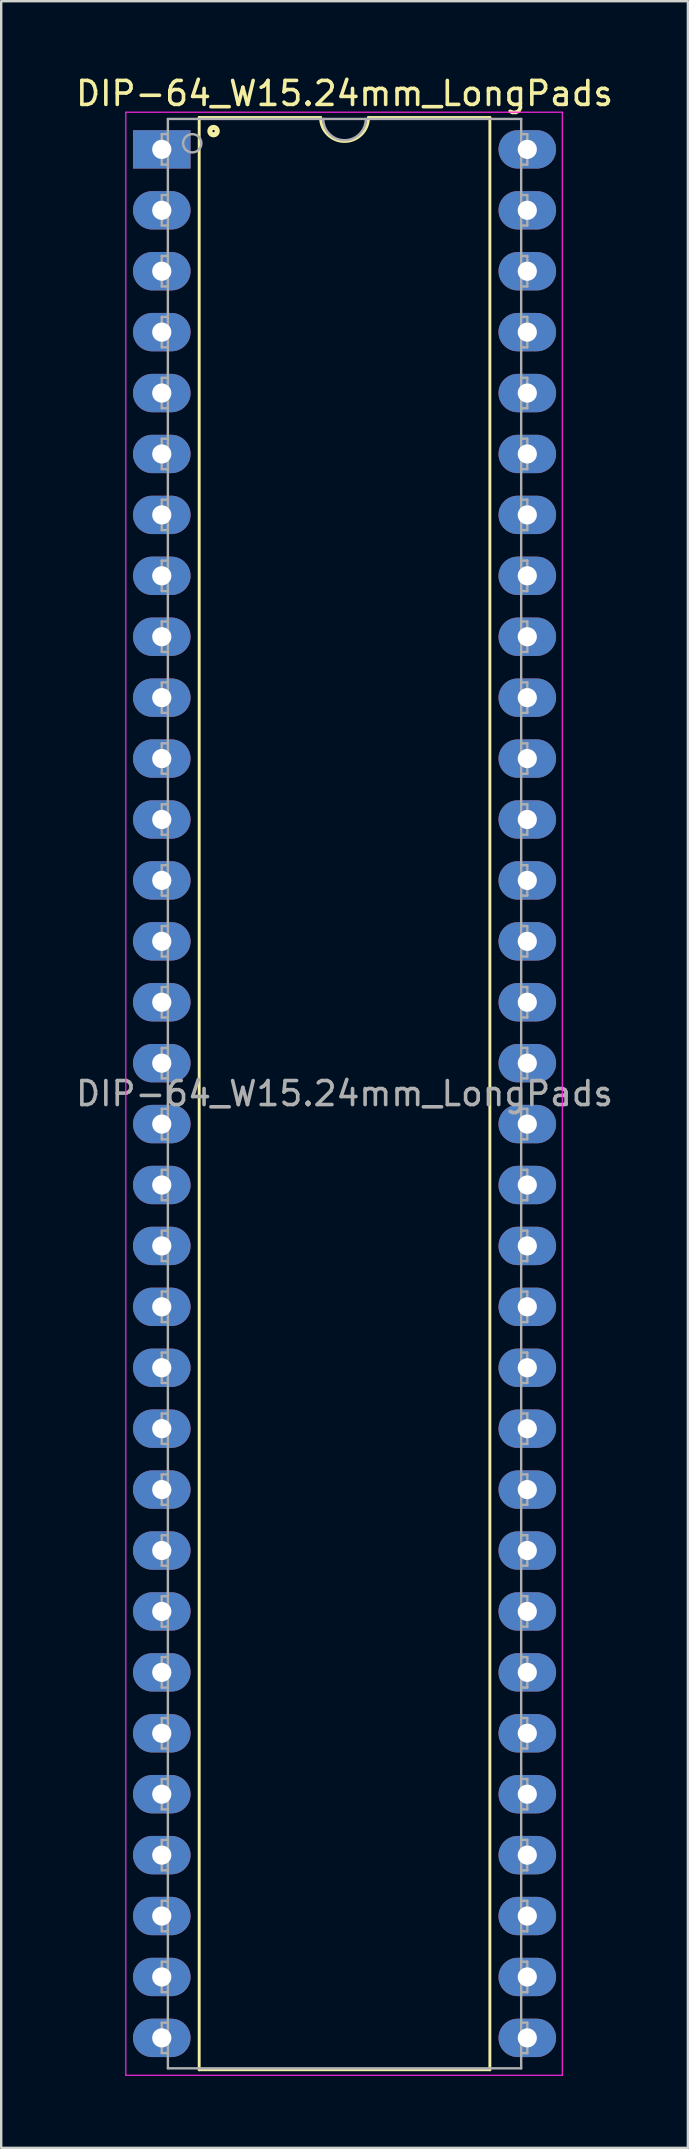
<source format=kicad_pcb>
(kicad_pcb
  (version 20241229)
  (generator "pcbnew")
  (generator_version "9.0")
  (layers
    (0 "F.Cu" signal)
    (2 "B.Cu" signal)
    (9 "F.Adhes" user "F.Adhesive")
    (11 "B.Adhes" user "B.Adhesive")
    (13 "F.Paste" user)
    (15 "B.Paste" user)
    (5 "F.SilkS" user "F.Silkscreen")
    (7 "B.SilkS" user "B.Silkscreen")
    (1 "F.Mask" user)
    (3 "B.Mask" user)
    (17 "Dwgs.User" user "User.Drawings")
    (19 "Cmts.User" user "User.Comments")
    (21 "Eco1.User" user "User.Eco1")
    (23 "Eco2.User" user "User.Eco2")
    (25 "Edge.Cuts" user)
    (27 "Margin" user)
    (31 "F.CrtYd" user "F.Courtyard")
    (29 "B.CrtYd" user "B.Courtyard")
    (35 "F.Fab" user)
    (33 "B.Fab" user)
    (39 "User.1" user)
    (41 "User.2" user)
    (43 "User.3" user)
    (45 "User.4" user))
  (footprint "DIP-64_W15.24mm_LongPads"
    (layer "F.Cu")
    (at 3.695 3.178)
    (property "Reference" "DIP-64_W15.24mm_LongPads" (at 7.62 -2.33 0) (layer "F.SilkS") (effects (font (size 1 1) (thickness 0.15))))
    (attr through_hole)
    (fp_line (start 1.56 -1.33) (end 1.56 80.07) (stroke (width 0.12) (type solid)) (layer "F.SilkS"))
    (fp_line (start 1.56 80.07) (end 13.68 80.07) (stroke (width 0.12) (type solid)) (layer "F.SilkS"))
    (fp_line (start 6.62 -1.33) (end 1.56 -1.33) (stroke (width 0.12) (type solid)) (layer "F.SilkS"))
    (fp_line (start 13.68 -1.33) (end 8.62 -1.33) (stroke (width 0.12) (type solid)) (layer "F.SilkS"))
    (fp_line (start 13.68 80.07) (end 13.68 -1.33) (stroke (width 0.12) (type solid)) (layer "F.SilkS"))
    (fp_arc (start 8.62 -1.33) (mid 7.62 -0.33) (end 6.62 -1.33) (stroke (width 0.12) (type solid)) (layer "F.SilkS"))
    (fp_circle (center 2.159 -0.762) (end 2.209 -0.762) (stroke (width 0.12) (type solid)) (fill no) (layer "F.SilkS"))
    (fp_circle (center 2.159 -0.762) (end 2.284 -0.762) (stroke (width 0.12) (type solid)) (fill no) (layer "F.SilkS"))
    (fp_circle (center 2.159 -0.762) (end 2.359 -0.762) (stroke (width 0.12) (type solid)) (fill no) (layer "F.SilkS"))
    (fp_line (start -1.5 -1.55) (end -1.5 80.3) (stroke (width 0.05) (type solid)) (layer "F.CrtYd"))
    (fp_line (start -1.5 80.3) (end 16.7 80.3) (stroke (width 0.05) (type solid)) (layer "F.CrtYd"))
    (fp_line (start 16.7 -1.55) (end -1.5 -1.55) (stroke (width 0.05) (type solid)) (layer "F.CrtYd"))
    (fp_line (start 16.7 80.3) (end 16.7 -1.55) (stroke (width 0.05) (type solid)) (layer "F.CrtYd"))
    (fp_line (start 0 -0.635) (end 0 0.635) (stroke (width 0.1) (type solid)) (layer "F.Fab"))
    (fp_line (start 0 -0.635) (end 0.254 -0.635) (stroke (width 0.1) (type solid)) (layer "F.Fab"))
    (fp_line (start 0 0.635) (end 0.254 0.635) (stroke (width 0.1) (type solid)) (layer "F.Fab"))
    (fp_line (start 0 1.905) (end 0 3.175) (stroke (width 0.1) (type solid)) (layer "F.Fab"))
    (fp_line (start 0 1.905) (end 0.254 1.905) (stroke (width 0.1) (type solid)) (layer "F.Fab"))
    (fp_line (start 0 3.175) (end 0.254 3.175) (stroke (width 0.1) (type solid)) (layer "F.Fab"))
    (fp_line (start 0 4.445) (end 0 5.715) (stroke (width 0.1) (type solid)) (layer "F.Fab"))
    (fp_line (start 0 4.445) (end 0.254 4.445) (stroke (width 0.1) (type solid)) (layer "F.Fab"))
    (fp_line (start 0 5.715) (end 0.254 5.715) (stroke (width 0.1) (type solid)) (layer "F.Fab"))
    (fp_line (start 0 6.985) (end 0 8.255) (stroke (width 0.1) (type solid)) (layer "F.Fab"))
    (fp_line (start 0 6.985) (end 0.254 6.985) (stroke (width 0.1) (type solid)) (layer "F.Fab"))
    (fp_line (start 0 8.255) (end 0.254 8.255) (stroke (width 0.1) (type solid)) (layer "F.Fab"))
    (fp_line (start 0 9.525) (end 0 10.795) (stroke (width 0.1) (type solid)) (layer "F.Fab"))
    (fp_line (start 0 9.525) (end 0.254 9.525) (stroke (width 0.1) (type solid)) (layer "F.Fab"))
    (fp_line (start 0 10.795) (end 0.254 10.795) (stroke (width 0.1) (type solid)) (layer "F.Fab"))
    (fp_line (start 0 12.065) (end 0 13.335) (stroke (width 0.1) (type solid)) (layer "F.Fab"))
    (fp_line (start 0 12.065) (end 0.254 12.065) (stroke (width 0.1) (type solid)) (layer "F.Fab"))
    (fp_line (start 0 13.335) (end 0.254 13.335) (stroke (width 0.1) (type solid)) (layer "F.Fab"))
    (fp_line (start 0 14.605) (end 0 15.875) (stroke (width 0.1) (type solid)) (layer "F.Fab"))
    (fp_line (start 0 14.605) (end 0.254 14.605) (stroke (width 0.1) (type solid)) (layer "F.Fab"))
    (fp_line (start 0 15.875) (end 0.254 15.875) (stroke (width 0.1) (type solid)) (layer "F.Fab"))
    (fp_line (start 0 17.145) (end 0 18.415) (stroke (width 0.1) (type solid)) (layer "F.Fab"))
    (fp_line (start 0 17.145) (end 0.254 17.145) (stroke (width 0.1) (type solid)) (layer "F.Fab"))
    (fp_line (start 0 18.415) (end 0.254 18.415) (stroke (width 0.1) (type solid)) (layer "F.Fab"))
    (fp_line (start 0 19.685) (end 0 20.955) (stroke (width 0.1) (type solid)) (layer "F.Fab"))
    (fp_line (start 0 19.685) (end 0.254 19.685) (stroke (width 0.1) (type solid)) (layer "F.Fab"))
    (fp_line (start 0 20.955) (end 0.254 20.955) (stroke (width 0.1) (type solid)) (layer "F.Fab"))
    (fp_line (start 0 22.225) (end 0 23.495) (stroke (width 0.1) (type solid)) (layer "F.Fab"))
    (fp_line (start 0 22.225) (end 0.254 22.225) (stroke (width 0.1) (type solid)) (layer "F.Fab"))
    (fp_line (start 0 23.495) (end 0.254 23.495) (stroke (width 0.1) (type solid)) (layer "F.Fab"))
    (fp_line (start 0 24.765) (end 0 26.035) (stroke (width 0.1) (type solid)) (layer "F.Fab"))
    (fp_line (start 0 24.765) (end 0.254 24.765) (stroke (width 0.1) (type solid)) (layer "F.Fab"))
    (fp_line (start 0 26.035) (end 0.254 26.035) (stroke (width 0.1) (type solid)) (layer "F.Fab"))
    (fp_line (start 0 27.305) (end 0 28.575) (stroke (width 0.1) (type solid)) (layer "F.Fab"))
    (fp_line (start 0 27.305) (end 0.254 27.305) (stroke (width 0.1) (type solid)) (layer "F.Fab"))
    (fp_line (start 0 28.575) (end 0.254 28.575) (stroke (width 0.1) (type solid)) (layer "F.Fab"))
    (fp_line (start 0 29.845) (end 0 31.115) (stroke (width 0.1) (type solid)) (layer "F.Fab"))
    (fp_line (start 0 29.845) (end 0.254 29.845) (stroke (width 0.1) (type solid)) (layer "F.Fab"))
    (fp_line (start 0 31.115) (end 0.254 31.115) (stroke (width 0.1) (type solid)) (layer "F.Fab"))
    (fp_line (start 0 32.385) (end 0 33.655) (stroke (width 0.1) (type solid)) (layer "F.Fab"))
    (fp_line (start 0 32.385) (end 0.254 32.385) (stroke (width 0.1) (type solid)) (layer "F.Fab"))
    (fp_line (start 0 33.655) (end 0.254 33.655) (stroke (width 0.1) (type solid)) (layer "F.Fab"))
    (fp_line (start 0 34.925) (end 0 36.195) (stroke (width 0.1) (type solid)) (layer "F.Fab"))
    (fp_line (start 0 34.925) (end 0.254 34.925) (stroke (width 0.1) (type solid)) (layer "F.Fab"))
    (fp_line (start 0 36.195) (end 0.254 36.195) (stroke (width 0.1) (type solid)) (layer "F.Fab"))
    (fp_line (start 0 37.465) (end 0 38.735) (stroke (width 0.1) (type solid)) (layer "F.Fab"))
    (fp_line (start 0 37.465) (end 0.254 37.465) (stroke (width 0.1) (type solid)) (layer "F.Fab"))
    (fp_line (start 0 38.735) (end 0.254 38.735) (stroke (width 0.1) (type solid)) (layer "F.Fab"))
    (fp_line (start 0 40.005) (end 0 41.275) (stroke (width 0.1) (type solid)) (layer "F.Fab"))
    (fp_line (start 0 40.005) (end 0.254 40.005) (stroke (width 0.1) (type solid)) (layer "F.Fab"))
    (fp_line (start 0 41.275) (end 0.254 41.275) (stroke (width 0.1) (type solid)) (layer "F.Fab"))
    (fp_line (start 0 42.545) (end 0 43.815) (stroke (width 0.1) (type solid)) (layer "F.Fab"))
    (fp_line (start 0 42.545) (end 0.254 42.545) (stroke (width 0.1) (type solid)) (layer "F.Fab"))
    (fp_line (start 0 43.815) (end 0.254 43.815) (stroke (width 0.1) (type solid)) (layer "F.Fab"))
    (fp_line (start 0 45.085) (end 0 46.355) (stroke (width 0.1) (type solid)) (layer "F.Fab"))
    (fp_line (start 0 45.085) (end 0.254 45.085) (stroke (width 0.1) (type solid)) (layer "F.Fab"))
    (fp_line (start 0 46.355) (end 0.254 46.355) (stroke (width 0.1) (type solid)) (layer "F.Fab"))
    (fp_line (start 0 47.625) (end 0 48.895) (stroke (width 0.1) (type solid)) (layer "F.Fab"))
    (fp_line (start 0 47.625) (end 0.254 47.625) (stroke (width 0.1) (type solid)) (layer "F.Fab"))
    (fp_line (start 0 48.895) (end 0.254 48.895) (stroke (width 0.1) (type solid)) (layer "F.Fab"))
    (fp_line (start 0 50.165) (end 0 51.435) (stroke (width 0.1) (type solid)) (layer "F.Fab"))
    (fp_line (start 0 50.165) (end 0.254 50.165) (stroke (width 0.1) (type solid)) (layer "F.Fab"))
    (fp_line (start 0 51.435) (end 0.254 51.435) (stroke (width 0.1) (type solid)) (layer "F.Fab"))
    (fp_line (start 0 52.705) (end 0 53.975) (stroke (width 0.1) (type solid)) (layer "F.Fab"))
    (fp_line (start 0 52.705) (end 0.254 52.705) (stroke (width 0.1) (type solid)) (layer "F.Fab"))
    (fp_line (start 0 53.975) (end 0.254 53.975) (stroke (width 0.1) (type solid)) (layer "F.Fab"))
    (fp_line (start 0 55.245) (end 0 56.515) (stroke (width 0.1) (type solid)) (layer "F.Fab"))
    (fp_line (start 0 55.245) (end 0.254 55.245) (stroke (width 0.1) (type solid)) (layer "F.Fab"))
    (fp_line (start 0 56.515) (end 0.254 56.515) (stroke (width 0.1) (type solid)) (layer "F.Fab"))
    (fp_line (start 0 57.785) (end 0 59.055) (stroke (width 0.1) (type solid)) (layer "F.Fab"))
    (fp_line (start 0 57.785) (end 0.254 57.785) (stroke (width 0.1) (type solid)) (layer "F.Fab"))
    (fp_line (start 0 59.055) (end 0.254 59.055) (stroke (width 0.1) (type solid)) (layer "F.Fab"))
    (fp_line (start 0 60.325) (end 0 61.595) (stroke (width 0.1) (type solid)) (layer "F.Fab"))
    (fp_line (start 0 60.325) (end 0.254 60.325) (stroke (width 0.1) (type solid)) (layer "F.Fab"))
    (fp_line (start 0 61.595) (end 0.254 61.595) (stroke (width 0.1) (type solid)) (layer "F.Fab"))
    (fp_line (start 0 62.865) (end 0 64.135) (stroke (width 0.1) (type solid)) (layer "F.Fab"))
    (fp_line (start 0 62.865) (end 0.254 62.865) (stroke (width 0.1) (type solid)) (layer "F.Fab"))
    (fp_line (start 0 64.135) (end 0.254 64.135) (stroke (width 0.1) (type solid)) (layer "F.Fab"))
    (fp_line (start 0 65.405) (end 0 66.675) (stroke (width 0.1) (type solid)) (layer "F.Fab"))
    (fp_line (start 0 65.405) (end 0.254 65.405) (stroke (width 0.1) (type solid)) (layer "F.Fab"))
    (fp_line (start 0 66.675) (end 0.254 66.675) (stroke (width 0.1) (type solid)) (layer "F.Fab"))
    (fp_line (start 0 67.945) (end 0 69.215) (stroke (width 0.1) (type solid)) (layer "F.Fab"))
    (fp_line (start 0 67.945) (end 0.254 67.945) (stroke (width 0.1) (type solid)) (layer "F.Fab"))
    (fp_line (start 0 69.215) (end 0.254 69.215) (stroke (width 0.1) (type solid)) (layer "F.Fab"))
    (fp_line (start 0 70.485) (end 0 71.755) (stroke (width 0.1) (type solid)) (layer "F.Fab"))
    (fp_line (start 0 70.485) (end 0.254 70.485) (stroke (width 0.1) (type solid)) (layer "F.Fab"))
    (fp_line (start 0 71.755) (end 0.254 71.755) (stroke (width 0.1) (type solid)) (layer "F.Fab"))
    (fp_line (start 0 73.025) (end 0 74.295) (stroke (width 0.1) (type solid)) (layer "F.Fab"))
    (fp_line (start 0 73.025) (end 0.254 73.025) (stroke (width 0.1) (type solid)) (layer "F.Fab"))
    (fp_line (start 0 74.295) (end 0.254 74.295) (stroke (width 0.1) (type solid)) (layer "F.Fab"))
    (fp_line (start 0 75.565) (end 0 76.835) (stroke (width 0.1) (type solid)) (layer "F.Fab"))
    (fp_line (start 0 75.565) (end 0.254 75.565) (stroke (width 0.1) (type solid)) (layer "F.Fab"))
    (fp_line (start 0 76.835) (end 0.254 76.835) (stroke (width 0.1) (type solid)) (layer "F.Fab"))
    (fp_line (start 0 78.105) (end 0 79.375) (stroke (width 0.1) (type solid)) (layer "F.Fab"))
    (fp_line (start 0 78.105) (end 0.254 78.105) (stroke (width 0.1) (type solid)) (layer "F.Fab"))
    (fp_line (start 0 79.375) (end 0.254 79.375) (stroke (width 0.1) (type solid)) (layer "F.Fab"))
    (fp_line (start 0.254 -1.27) (end 14.985 -1.27) (stroke (width 0.1) (type solid)) (layer "F.Fab"))
    (fp_line (start 0.255 80.01) (end 0.254 -1.27) (stroke (width 0.1) (type solid)) (layer "F.Fab"))
    (fp_line (start 14.985 -1.27) (end 14.985 80.01) (stroke (width 0.1) (type solid)) (layer "F.Fab"))
    (fp_line (start 14.985 80.01) (end 0.255 80.01) (stroke (width 0.1) (type solid)) (layer "F.Fab"))
    (fp_line (start 15.24 -0.635) (end 14.986 -0.635) (stroke (width 0.1) (type solid)) (layer "F.Fab"))
    (fp_line (start 15.24 0.635) (end 14.986 0.635) (stroke (width 0.1) (type solid)) (layer "F.Fab"))
    (fp_line (start 15.24 0.635) (end 15.24 -0.635) (stroke (width 0.1) (type solid)) (layer "F.Fab"))
    (fp_line (start 15.24 1.905) (end 14.986 1.905) (stroke (width 0.1) (type solid)) (layer "F.Fab"))
    (fp_line (start 15.24 3.175) (end 14.986 3.175) (stroke (width 0.1) (type solid)) (layer "F.Fab"))
    (fp_line (start 15.24 3.175) (end 15.24 1.905) (stroke (width 0.1) (type solid)) (layer "F.Fab"))
    (fp_line (start 15.24 4.445) (end 14.986 4.445) (stroke (width 0.1) (type solid)) (layer "F.Fab"))
    (fp_line (start 15.24 5.715) (end 14.986 5.715) (stroke (width 0.1) (type solid)) (layer "F.Fab"))
    (fp_line (start 15.24 5.715) (end 15.24 4.445) (stroke (width 0.1) (type solid)) (layer "F.Fab"))
    (fp_line (start 15.24 6.985) (end 14.986 6.985) (stroke (width 0.1) (type solid)) (layer "F.Fab"))
    (fp_line (start 15.24 8.255) (end 14.986 8.255) (stroke (width 0.1) (type solid)) (layer "F.Fab"))
    (fp_line (start 15.24 8.255) (end 15.24 6.985) (stroke (width 0.1) (type solid)) (layer "F.Fab"))
    (fp_line (start 15.24 9.525) (end 14.986 9.525) (stroke (width 0.1) (type solid)) (layer "F.Fab"))
    (fp_line (start 15.24 10.795) (end 14.986 10.795) (stroke (width 0.1) (type solid)) (layer "F.Fab"))
    (fp_line (start 15.24 10.795) (end 15.24 9.525) (stroke (width 0.1) (type solid)) (layer "F.Fab"))
    (fp_line (start 15.24 12.065) (end 14.986 12.065) (stroke (width 0.1) (type solid)) (layer "F.Fab"))
    (fp_line (start 15.24 13.335) (end 14.986 13.335) (stroke (width 0.1) (type solid)) (layer "F.Fab"))
    (fp_line (start 15.24 13.335) (end 15.24 12.065) (stroke (width 0.1) (type solid)) (layer "F.Fab"))
    (fp_line (start 15.24 14.605) (end 14.986 14.605) (stroke (width 0.1) (type solid)) (layer "F.Fab"))
    (fp_line (start 15.24 15.875) (end 14.986 15.875) (stroke (width 0.1) (type solid)) (layer "F.Fab"))
    (fp_line (start 15.24 15.875) (end 15.24 14.605) (stroke (width 0.1) (type solid)) (layer "F.Fab"))
    (fp_line (start 15.24 17.145) (end 14.986 17.145) (stroke (width 0.1) (type solid)) (layer "F.Fab"))
    (fp_line (start 15.24 18.415) (end 14.986 18.415) (stroke (width 0.1) (type solid)) (layer "F.Fab"))
    (fp_line (start 15.24 18.415) (end 15.24 17.145) (stroke (width 0.1) (type solid)) (layer "F.Fab"))
    (fp_line (start 15.24 19.685) (end 14.986 19.685) (stroke (width 0.1) (type solid)) (layer "F.Fab"))
    (fp_line (start 15.24 20.955) (end 14.986 20.955) (stroke (width 0.1) (type solid)) (layer "F.Fab"))
    (fp_line (start 15.24 20.955) (end 15.24 19.685) (stroke (width 0.1) (type solid)) (layer "F.Fab"))
    (fp_line (start 15.24 22.225) (end 14.986 22.225) (stroke (width 0.1) (type solid)) (layer "F.Fab"))
    (fp_line (start 15.24 23.495) (end 14.986 23.495) (stroke (width 0.1) (type solid)) (layer "F.Fab"))
    (fp_line (start 15.24 23.495) (end 15.24 22.225) (stroke (width 0.1) (type solid)) (layer "F.Fab"))
    (fp_line (start 15.24 24.765) (end 14.986 24.765) (stroke (width 0.1) (type solid)) (layer "F.Fab"))
    (fp_line (start 15.24 26.035) (end 14.986 26.035) (stroke (width 0.1) (type solid)) (layer "F.Fab"))
    (fp_line (start 15.24 26.035) (end 15.24 24.765) (stroke (width 0.1) (type solid)) (layer "F.Fab"))
    (fp_line (start 15.24 27.305) (end 14.986 27.305) (stroke (width 0.1) (type solid)) (layer "F.Fab"))
    (fp_line (start 15.24 28.575) (end 14.986 28.575) (stroke (width 0.1) (type solid)) (layer "F.Fab"))
    (fp_line (start 15.24 28.575) (end 15.24 27.305) (stroke (width 0.1) (type solid)) (layer "F.Fab"))
    (fp_line (start 15.24 29.845) (end 14.986 29.845) (stroke (width 0.1) (type solid)) (layer "F.Fab"))
    (fp_line (start 15.24 31.115) (end 14.986 31.115) (stroke (width 0.1) (type solid)) (layer "F.Fab"))
    (fp_line (start 15.24 31.115) (end 15.24 29.845) (stroke (width 0.1) (type solid)) (layer "F.Fab"))
    (fp_line (start 15.24 32.385) (end 14.986 32.385) (stroke (width 0.1) (type solid)) (layer "F.Fab"))
    (fp_line (start 15.24 33.655) (end 14.986 33.655) (stroke (width 0.1) (type solid)) (layer "F.Fab"))
    (fp_line (start 15.24 33.655) (end 15.24 32.385) (stroke (width 0.1) (type solid)) (layer "F.Fab"))
    (fp_line (start 15.24 34.925) (end 14.986 34.925) (stroke (width 0.1) (type solid)) (layer "F.Fab"))
    (fp_line (start 15.24 36.195) (end 14.986 36.195) (stroke (width 0.1) (type solid)) (layer "F.Fab"))
    (fp_line (start 15.24 36.195) (end 15.24 34.925) (stroke (width 0.1) (type solid)) (layer "F.Fab"))
    (fp_line (start 15.24 37.465) (end 14.986 37.465) (stroke (width 0.1) (type solid)) (layer "F.Fab"))
    (fp_line (start 15.24 38.735) (end 14.986 38.735) (stroke (width 0.1) (type solid)) (layer "F.Fab"))
    (fp_line (start 15.24 38.735) (end 15.24 37.465) (stroke (width 0.1) (type solid)) (layer "F.Fab"))
    (fp_line (start 15.24 40.005) (end 14.986 40.005) (stroke (width 0.1) (type solid)) (layer "F.Fab"))
    (fp_line (start 15.24 41.275) (end 14.986 41.275) (stroke (width 0.1) (type solid)) (layer "F.Fab"))
    (fp_line (start 15.24 41.275) (end 15.24 40.005) (stroke (width 0.1) (type solid)) (layer "F.Fab"))
    (fp_line (start 15.24 42.545) (end 14.986 42.545) (stroke (width 0.1) (type solid)) (layer "F.Fab"))
    (fp_line (start 15.24 43.815) (end 14.986 43.815) (stroke (width 0.1) (type solid)) (layer "F.Fab"))
    (fp_line (start 15.24 43.815) (end 15.24 42.545) (stroke (width 0.1) (type solid)) (layer "F.Fab"))
    (fp_line (start 15.24 45.085) (end 14.986 45.085) (stroke (width 0.1) (type solid)) (layer "F.Fab"))
    (fp_line (start 15.24 46.355) (end 14.986 46.355) (stroke (width 0.1) (type solid)) (layer "F.Fab"))
    (fp_line (start 15.24 46.355) (end 15.24 45.085) (stroke (width 0.1) (type solid)) (layer "F.Fab"))
    (fp_line (start 15.24 47.625) (end 14.986 47.625) (stroke (width 0.1) (type solid)) (layer "F.Fab"))
    (fp_line (start 15.24 48.895) (end 14.986 48.895) (stroke (width 0.1) (type solid)) (layer "F.Fab"))
    (fp_line (start 15.24 48.895) (end 15.24 47.625) (stroke (width 0.1) (type solid)) (layer "F.Fab"))
    (fp_line (start 15.24 50.165) (end 14.986 50.165) (stroke (width 0.1) (type solid)) (layer "F.Fab"))
    (fp_line (start 15.24 51.435) (end 14.986 51.435) (stroke (width 0.1) (type solid)) (layer "F.Fab"))
    (fp_line (start 15.24 51.435) (end 15.24 50.165) (stroke (width 0.1) (type solid)) (layer "F.Fab"))
    (fp_line (start 15.24 52.705) (end 14.986 52.705) (stroke (width 0.1) (type solid)) (layer "F.Fab"))
    (fp_line (start 15.24 53.975) (end 14.986 53.975) (stroke (width 0.1) (type solid)) (layer "F.Fab"))
    (fp_line (start 15.24 53.975) (end 15.24 52.705) (stroke (width 0.1) (type solid)) (layer "F.Fab"))
    (fp_line (start 15.24 55.245) (end 14.986 55.245) (stroke (width 0.1) (type solid)) (layer "F.Fab"))
    (fp_line (start 15.24 56.515) (end 14.986 56.515) (stroke (width 0.1) (type solid)) (layer "F.Fab"))
    (fp_line (start 15.24 56.515) (end 15.24 55.245) (stroke (width 0.1) (type solid)) (layer "F.Fab"))
    (fp_line (start 15.24 57.785) (end 14.986 57.785) (stroke (width 0.1) (type solid)) (layer "F.Fab"))
    (fp_line (start 15.24 59.055) (end 14.986 59.055) (stroke (width 0.1) (type solid)) (layer "F.Fab"))
    (fp_line (start 15.24 59.055) (end 15.24 57.785) (stroke (width 0.1) (type solid)) (layer "F.Fab"))
    (fp_line (start 15.24 60.325) (end 14.986 60.325) (stroke (width 0.1) (type solid)) (layer "F.Fab"))
    (fp_line (start 15.24 61.595) (end 14.986 61.595) (stroke (width 0.1) (type solid)) (layer "F.Fab"))
    (fp_line (start 15.24 61.595) (end 15.24 60.325) (stroke (width 0.1) (type solid)) (layer "F.Fab"))
    (fp_line (start 15.24 62.865) (end 14.986 62.865) (stroke (width 0.1) (type solid)) (layer "F.Fab"))
    (fp_line (start 15.24 64.135) (end 14.986 64.135) (stroke (width 0.1) (type solid)) (layer "F.Fab"))
    (fp_line (start 15.24 64.135) (end 15.24 62.865) (stroke (width 0.1) (type solid)) (layer "F.Fab"))
    (fp_line (start 15.24 65.405) (end 14.986 65.405) (stroke (width 0.1) (type solid)) (layer "F.Fab"))
    (fp_line (start 15.24 66.675) (end 14.986 66.675) (stroke (width 0.1) (type solid)) (layer "F.Fab"))
    (fp_line (start 15.24 66.675) (end 15.24 65.405) (stroke (width 0.1) (type solid)) (layer "F.Fab"))
    (fp_line (start 15.24 67.945) (end 14.986 67.945) (stroke (width 0.1) (type solid)) (layer "F.Fab"))
    (fp_line (start 15.24 69.215) (end 14.986 69.215) (stroke (width 0.1) (type solid)) (layer "F.Fab"))
    (fp_line (start 15.24 69.215) (end 15.24 67.945) (stroke (width 0.1) (type solid)) (layer "F.Fab"))
    (fp_line (start 15.24 70.485) (end 14.986 70.485) (stroke (width 0.1) (type solid)) (layer "F.Fab"))
    (fp_line (start 15.24 71.755) (end 14.986 71.755) (stroke (width 0.1) (type solid)) (layer "F.Fab"))
    (fp_line (start 15.24 71.755) (end 15.24 70.485) (stroke (width 0.1) (type solid)) (layer "F.Fab"))
    (fp_line (start 15.24 73.025) (end 14.986 73.025) (stroke (width 0.1) (type solid)) (layer "F.Fab"))
    (fp_line (start 15.24 74.295) (end 14.986 74.295) (stroke (width 0.1) (type solid)) (layer "F.Fab"))
    (fp_line (start 15.24 74.295) (end 15.24 73.025) (stroke (width 0.1) (type solid)) (layer "F.Fab"))
    (fp_line (start 15.24 75.565) (end 14.986 75.565) (stroke (width 0.1) (type solid)) (layer "F.Fab"))
    (fp_line (start 15.24 76.835) (end 14.986 76.835) (stroke (width 0.1) (type solid)) (layer "F.Fab"))
    (fp_line (start 15.24 76.835) (end 15.24 75.565) (stroke (width 0.1) (type solid)) (layer "F.Fab"))
    (fp_line (start 15.24 78.105) (end 14.986 78.105) (stroke (width 0.1) (type solid)) (layer "F.Fab"))
    (fp_line (start 15.24 79.375) (end 14.986 79.375) (stroke (width 0.1) (type solid)) (layer "F.Fab"))
    (fp_line (start 15.24 79.375) (end 15.24 78.105) (stroke (width 0.1) (type solid)) (layer "F.Fab"))
    (fp_arc (start 8.509 -1.27) (mid 7.62 -0.381) (end 6.731 -1.27) (stroke (width 0.1) (type solid)) (layer "F.Fab"))
    (fp_circle (center 1.27 -0.254) (end 1.651 -0.254) (stroke (width 0.1) (type solid)) (fill no) (layer "F.Fab"))
    (fp_text user "${REFERENCE}" (at 7.62 39.37 0) (layer "F.Fab") (effects (font (size 1 1) (thickness 0.15))))
    (pad "1" thru_hole rect (at 0 0) (size 2.4 1.6) (drill 0.8) (layers "*.Cu" "*.Mask"))
    (pad "2" thru_hole oval (at 0 2.54) (size 2.4 1.6) (drill 0.8) (layers "*.Cu" "*.Mask"))
    (pad "3" thru_hole oval (at 0 5.08) (size 2.4 1.6) (drill 0.8) (layers "*.Cu" "*.Mask"))
    (pad "4" thru_hole oval (at 0 7.62) (size 2.4 1.6) (drill 0.8) (layers "*.Cu" "*.Mask"))
    (pad "5" thru_hole oval (at 0 10.16) (size 2.4 1.6) (drill 0.8) (layers "*.Cu" "*.Mask"))
    (pad "6" thru_hole oval (at 0 12.7) (size 2.4 1.6) (drill 0.8) (layers "*.Cu" "*.Mask"))
    (pad "7" thru_hole oval (at 0 15.24) (size 2.4 1.6) (drill 0.8) (layers "*.Cu" "*.Mask"))
    (pad "8" thru_hole oval (at 0 17.78) (size 2.4 1.6) (drill 0.8) (layers "*.Cu" "*.Mask"))
    (pad "9" thru_hole oval (at 0 20.32) (size 2.4 1.6) (drill 0.8) (layers "*.Cu" "*.Mask"))
    (pad "10" thru_hole oval (at 0 22.86) (size 2.4 1.6) (drill 0.8) (layers "*.Cu" "*.Mask"))
    (pad "11" thru_hole oval (at 0 25.4) (size 2.4 1.6) (drill 0.8) (layers "*.Cu" "*.Mask"))
    (pad "12" thru_hole oval (at 0 27.94) (size 2.4 1.6) (drill 0.8) (layers "*.Cu" "*.Mask"))
    (pad "13" thru_hole oval (at 0 30.48) (size 2.4 1.6) (drill 0.8) (layers "*.Cu" "*.Mask"))
    (pad "14" thru_hole oval (at 0 33.02) (size 2.4 1.6) (drill 0.8) (layers "*.Cu" "*.Mask"))
    (pad "15" thru_hole oval (at 0 35.56) (size 2.4 1.6) (drill 0.8) (layers "*.Cu" "*.Mask"))
    (pad "16" thru_hole oval (at 0 38.1) (size 2.4 1.6) (drill 0.8) (layers "*.Cu" "*.Mask"))
    (pad "17" thru_hole oval (at 0 40.64) (size 2.4 1.6) (drill 0.8) (layers "*.Cu" "*.Mask"))
    (pad "18" thru_hole oval (at 0 43.18) (size 2.4 1.6) (drill 0.8) (layers "*.Cu" "*.Mask"))
    (pad "19" thru_hole oval (at 0 45.72) (size 2.4 1.6) (drill 0.8) (layers "*.Cu" "*.Mask"))
    (pad "20" thru_hole oval (at 0 48.26) (size 2.4 1.6) (drill 0.8) (layers "*.Cu" "*.Mask"))
    (pad "21" thru_hole oval (at 0 50.8) (size 2.4 1.6) (drill 0.8) (layers "*.Cu" "*.Mask"))
    (pad "22" thru_hole oval (at 0 53.34) (size 2.4 1.6) (drill 0.8) (layers "*.Cu" "*.Mask"))
    (pad "23" thru_hole oval (at 0 55.88) (size 2.4 1.6) (drill 0.8) (layers "*.Cu" "*.Mask"))
    (pad "24" thru_hole oval (at 0 58.42) (size 2.4 1.6) (drill 0.8) (layers "*.Cu" "*.Mask"))
    (pad "25" thru_hole oval (at 0 60.96) (size 2.4 1.6) (drill 0.8) (layers "*.Cu" "*.Mask"))
    (pad "26" thru_hole oval (at 0 63.5) (size 2.4 1.6) (drill 0.8) (layers "*.Cu" "*.Mask"))
    (pad "27" thru_hole oval (at 0 66.04) (size 2.4 1.6) (drill 0.8) (layers "*.Cu" "*.Mask"))
    (pad "28" thru_hole oval (at 0 68.58) (size 2.4 1.6) (drill 0.8) (layers "*.Cu" "*.Mask"))
    (pad "29" thru_hole oval (at 0 71.12) (size 2.4 1.6) (drill 0.8) (layers "*.Cu" "*.Mask"))
    (pad "30" thru_hole oval (at 0 73.66) (size 2.4 1.6) (drill 0.8) (layers "*.Cu" "*.Mask"))
    (pad "31" thru_hole oval (at 0 76.2) (size 2.4 1.6) (drill 0.8) (layers "*.Cu" "*.Mask"))
    (pad "32" thru_hole oval (at 0 78.74) (size 2.4 1.6) (drill 0.8) (layers "*.Cu" "*.Mask"))
    (pad "33" thru_hole oval (at 15.24 78.74) (size 2.4 1.6) (drill 0.8) (layers "*.Cu" "*.Mask"))
    (pad "34" thru_hole oval (at 15.24 76.2) (size 2.4 1.6) (drill 0.8) (layers "*.Cu" "*.Mask"))
    (pad "35" thru_hole oval (at 15.24 73.66) (size 2.4 1.6) (drill 0.8) (layers "*.Cu" "*.Mask"))
    (pad "36" thru_hole oval (at 15.24 71.12) (size 2.4 1.6) (drill 0.8) (layers "*.Cu" "*.Mask"))
    (pad "37" thru_hole oval (at 15.24 68.58) (size 2.4 1.6) (drill 0.8) (layers "*.Cu" "*.Mask"))
    (pad "38" thru_hole oval (at 15.24 66.04) (size 2.4 1.6) (drill 0.8) (layers "*.Cu" "*.Mask"))
    (pad "39" thru_hole oval (at 15.24 63.5) (size 2.4 1.6) (drill 0.8) (layers "*.Cu" "*.Mask"))
    (pad "40" thru_hole oval (at 15.24 60.96) (size 2.4 1.6) (drill 0.8) (layers "*.Cu" "*.Mask"))
    (pad "41" thru_hole oval (at 15.24 58.42) (size 2.4 1.6) (drill 0.8) (layers "*.Cu" "*.Mask"))
    (pad "42" thru_hole oval (at 15.24 55.88) (size 2.4 1.6) (drill 0.8) (layers "*.Cu" "*.Mask"))
    (pad "43" thru_hole oval (at 15.24 53.34) (size 2.4 1.6) (drill 0.8) (layers "*.Cu" "*.Mask"))
    (pad "44" thru_hole oval (at 15.24 50.8) (size 2.4 1.6) (drill 0.8) (layers "*.Cu" "*.Mask"))
    (pad "45" thru_hole oval (at 15.24 48.26) (size 2.4 1.6) (drill 0.8) (layers "*.Cu" "*.Mask"))
    (pad "46" thru_hole oval (at 15.24 45.72) (size 2.4 1.6) (drill 0.8) (layers "*.Cu" "*.Mask"))
    (pad "47" thru_hole oval (at 15.24 43.18) (size 2.4 1.6) (drill 0.8) (layers "*.Cu" "*.Mask"))
    (pad "48" thru_hole oval (at 15.24 40.64) (size 2.4 1.6) (drill 0.8) (layers "*.Cu" "*.Mask"))
    (pad "49" thru_hole oval (at 15.24 38.1) (size 2.4 1.6) (drill 0.8) (layers "*.Cu" "*.Mask"))
    (pad "50" thru_hole oval (at 15.24 35.56) (size 2.4 1.6) (drill 0.8) (layers "*.Cu" "*.Mask"))
    (pad "51" thru_hole oval (at 15.24 33.02) (size 2.4 1.6) (drill 0.8) (layers "*.Cu" "*.Mask"))
    (pad "52" thru_hole oval (at 15.24 30.48) (size 2.4 1.6) (drill 0.8) (layers "*.Cu" "*.Mask"))
    (pad "53" thru_hole oval (at 15.24 27.94) (size 2.4 1.6) (drill 0.8) (layers "*.Cu" "*.Mask"))
    (pad "54" thru_hole oval (at 15.24 25.4) (size 2.4 1.6) (drill 0.8) (layers "*.Cu" "*.Mask"))
    (pad "55" thru_hole oval (at 15.24 22.86) (size 2.4 1.6) (drill 0.8) (layers "*.Cu" "*.Mask"))
    (pad "56" thru_hole oval (at 15.24 20.32) (size 2.4 1.6) (drill 0.8) (layers "*.Cu" "*.Mask"))
    (pad "57" thru_hole oval (at 15.24 17.78) (size 2.4 1.6) (drill 0.8) (layers "*.Cu" "*.Mask"))
    (pad "58" thru_hole oval (at 15.24 15.24) (size 2.4 1.6) (drill 0.8) (layers "*.Cu" "*.Mask"))
    (pad "59" thru_hole oval (at 15.24 12.7) (size 2.4 1.6) (drill 0.8) (layers "*.Cu" "*.Mask"))
    (pad "60" thru_hole oval (at 15.24 10.16) (size 2.4 1.6) (drill 0.8) (layers "*.Cu" "*.Mask"))
    (pad "61" thru_hole oval (at 15.24 7.62) (size 2.4 1.6) (drill 0.8) (layers "*.Cu" "*.Mask"))
    (pad "62" thru_hole oval (at 15.24 5.08) (size 2.4 1.6) (drill 0.8) (layers "*.Cu" "*.Mask"))
    (pad "63" thru_hole oval (at 15.24 2.54) (size 2.4 1.6) (drill 0.8) (layers "*.Cu" "*.Mask"))
    (pad "64" thru_hole oval (at 15.24 0) (size 2.4 1.6) (drill 0.8) (layers "*.Cu" "*.Mask")))
  (gr_rect
    (start -3 -3)
    (end 25.631 86.503)
    (stroke (width 0.1) (type default))
    (fill no)
    (layer "Edge.Cuts")))
</source>
